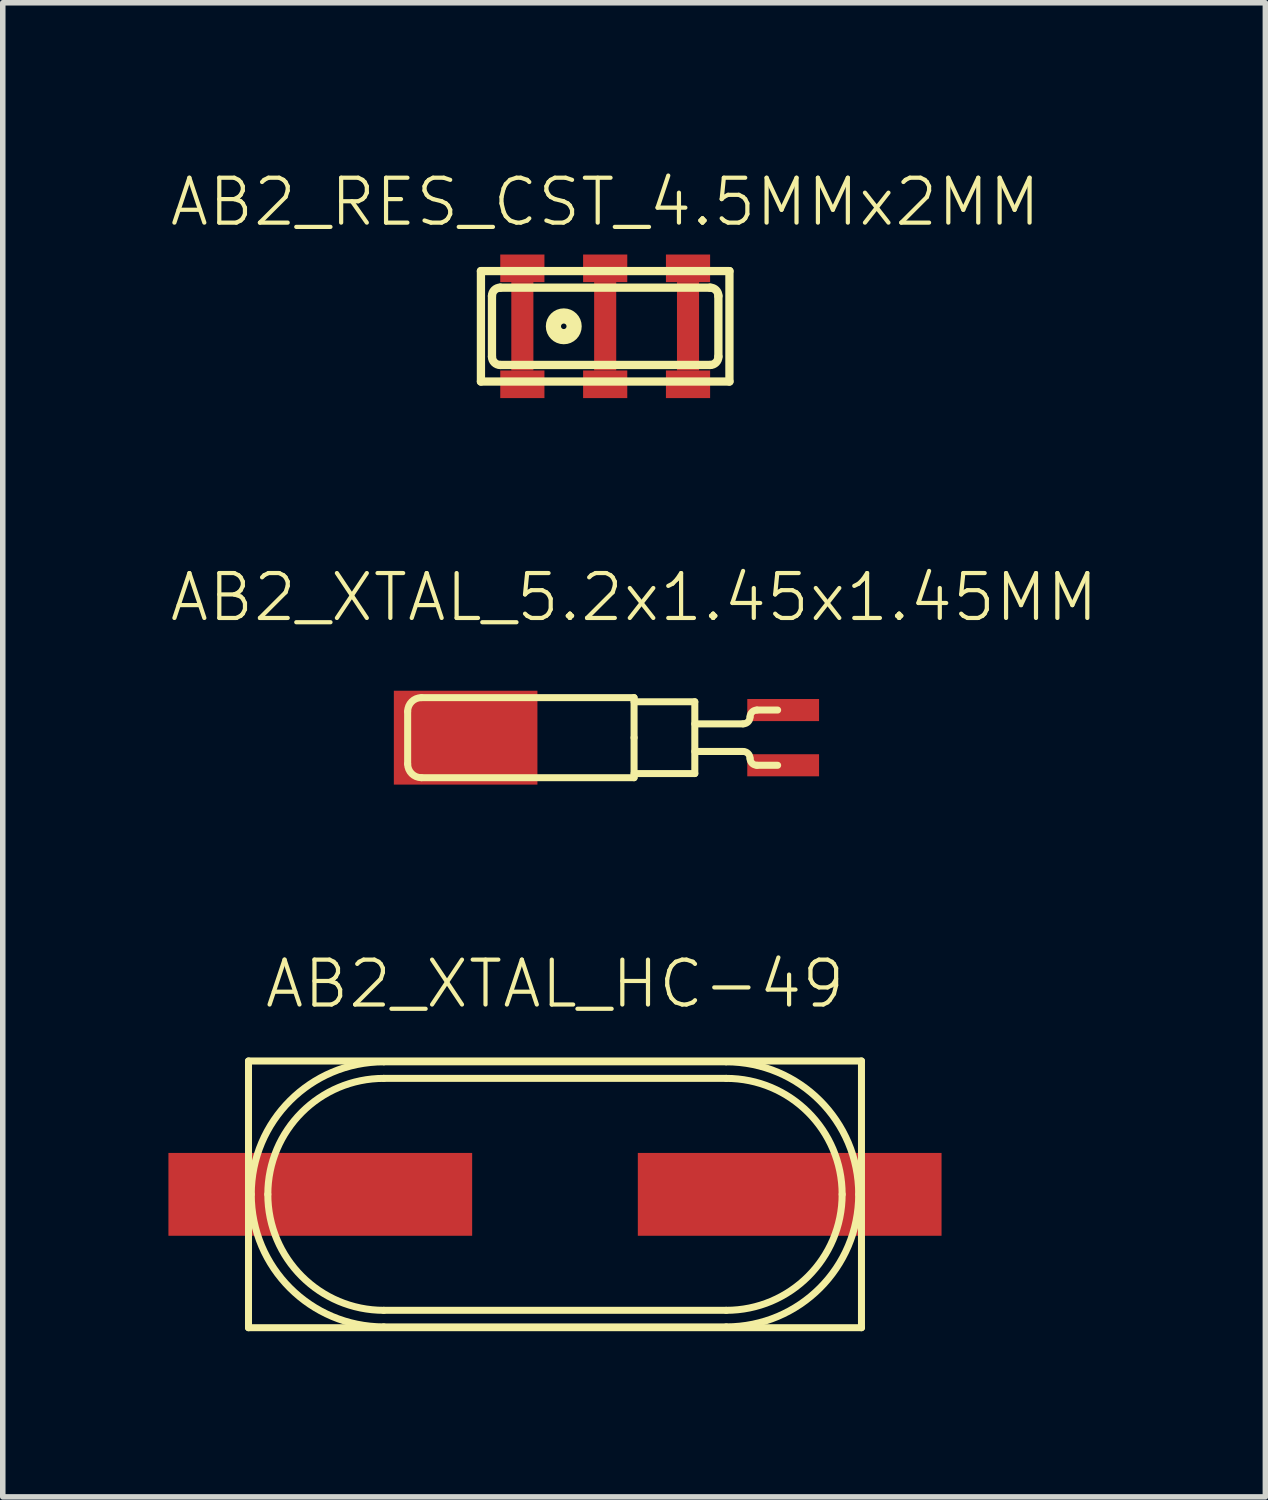
<source format=kicad_pcb>
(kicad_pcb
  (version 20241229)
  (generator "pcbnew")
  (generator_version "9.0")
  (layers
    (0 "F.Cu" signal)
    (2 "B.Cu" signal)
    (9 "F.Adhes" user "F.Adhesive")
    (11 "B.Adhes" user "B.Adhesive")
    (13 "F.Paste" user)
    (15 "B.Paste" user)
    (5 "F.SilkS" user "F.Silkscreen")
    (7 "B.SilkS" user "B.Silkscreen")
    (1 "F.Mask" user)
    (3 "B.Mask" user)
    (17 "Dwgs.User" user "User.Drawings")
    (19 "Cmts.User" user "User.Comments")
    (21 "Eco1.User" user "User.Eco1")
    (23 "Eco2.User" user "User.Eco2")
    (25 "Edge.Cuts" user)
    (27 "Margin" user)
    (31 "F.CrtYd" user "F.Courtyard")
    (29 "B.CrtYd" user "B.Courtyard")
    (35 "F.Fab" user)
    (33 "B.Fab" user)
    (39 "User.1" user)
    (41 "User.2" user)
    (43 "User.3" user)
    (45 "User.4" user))
  (footprint "AB2_RES_CST_4.5MMx2MM"
    (layer "F.Cu")
    (at 7.909 2.859)
    (property "Reference" "AB2_RES_CST_4.5MMx2MM" (at 0 -2.25 0) (layer "F.SilkS") (effects (font (size 0.813 0.813) (thickness 0.076))))
    (attr through_hole)
    (fp_line (start -2.25 -1) (end 2.25 -1) (stroke (width 0.15) (type solid)) (layer "F.SilkS"))
    (fp_line (start -2.25 1) (end -2.25 -1) (stroke (width 0.15) (type solid)) (layer "F.SilkS"))
    (fp_line (start -2.05 -0.55) (end -2.05 0.55) (stroke (width 0.15) (type solid)) (layer "F.SilkS"))
    (fp_line (start -1.9 -0.7) (end 1.9 -0.7) (stroke (width 0.15) (type solid)) (layer "F.SilkS"))
    (fp_line (start 1.9 0.7) (end -1.9 0.7) (stroke (width 0.15) (type solid)) (layer "F.SilkS"))
    (fp_line (start 2.05 -0.55) (end 2.05 0.55) (stroke (width 0.15) (type solid)) (layer "F.SilkS"))
    (fp_line (start 2.25 -1) (end 2.25 1) (stroke (width 0.15) (type solid)) (layer "F.SilkS"))
    (fp_line (start 2.25 1) (end -2.25 1) (stroke (width 0.15) (type solid)) (layer "F.SilkS"))
    (fp_arc (start -2.05 -0.55) (mid -2.006066 -0.656066) (end -1.9 -0.7) (stroke (width 0.15) (type solid)) (layer "F.SilkS"))
    (fp_arc (start -1.9 0.7) (mid -2.006066 0.656066) (end -2.05 0.55) (stroke (width 0.15) (type solid)) (layer "F.SilkS"))
    (fp_arc (start 1.9 -0.7) (mid 2.006066 -0.656066) (end 2.05 -0.55) (stroke (width 0.15) (type solid)) (layer "F.SilkS"))
    (fp_arc (start 2.05 0.55) (mid 2.006066 0.656066) (end 1.9 0.7) (stroke (width 0.15) (type solid)) (layer "F.SilkS"))
    (fp_circle (center -0.75 0) (end -0.75 -0.25) (stroke (width 0.15) (type solid)) (fill no) (layer "F.SilkS"))
    (fp_circle (center -0.75 0) (end -0.75 -0.15) (stroke (width 0.15) (type solid)) (fill no) (layer "F.SilkS"))
    (fp_circle (center -0.75 0) (end -0.75 -0.05) (stroke (width 0.15) (type solid)) (fill no) (layer "F.SilkS"))
    (pad "1" smd rect (at -1.5 -1.05) (size 0.8 0.5) (layers "F.Cu" "F.Mask" "F.Paste"))
    (pad "1" smd rect (at -1.5 0) (size 0.4 1.6) (layers "F.Cu" "F.Mask" "F.Paste"))
    (pad "1" smd rect (at -1.5 1.05) (size 0.8 0.5) (layers "F.Cu" "F.Mask" "F.Paste"))
    (pad "2" smd rect (at 0 -1.05) (size 0.8 0.5) (layers "F.Cu" "F.Mask" "F.Paste"))
    (pad "2" smd rect (at 0 0) (size 0.4 1.6) (layers "F.Cu" "F.Mask" "F.Paste"))
    (pad "2" smd rect (at 0 1.05) (size 0.8 0.5) (layers "F.Cu" "F.Mask" "F.Paste"))
    (pad "3" smd rect (at 1.5 -1.05) (size 0.8 0.5) (layers "F.Cu" "F.Mask" "F.Paste"))
    (pad "3" smd rect (at 1.5 0) (size 0.4 1.6) (layers "F.Cu" "F.Mask" "F.Paste"))
    (pad "3" smd rect (at 1.5 1.05) (size 0.8 0.5) (layers "F.Cu" "F.Mask" "F.Paste")))
  (footprint "AB2_XTAL_5.2x1.45x1.45MM"
    (layer "F.Cu")
    (at 8.432 10.308)
    (property "Reference" "AB2_XTAL_5.2x1.45x1.45MM" (at 0 -2.54 0) (layer "F.SilkS") (effects (font (size 0.813 0.813) (thickness 0.076))))
    (attr through_hole)
    (fp_line (start -4.1 -0.475) (end -4.1 0.475) (stroke (width 0.127) (type solid)) (layer "F.SilkS"))
    (fp_line (start -3.85 -0.725) (end 0 -0.725) (stroke (width 0.127) (type solid)) (layer "F.SilkS"))
    (fp_line (start -3.85 0.725) (end 0 0.725) (stroke (width 0.127) (type solid)) (layer "F.SilkS"))
    (fp_line (start 0 -0.65) (end 1.1 -0.65) (stroke (width 0.127) (type solid)) (layer "F.SilkS"))
    (fp_line (start 0 0) (end 0 -0.725) (stroke (width 0.127) (type solid)) (layer "F.SilkS"))
    (fp_line (start 0 0) (end 0 0.725) (stroke (width 0.127) (type solid)) (layer "F.SilkS"))
    (fp_line (start 1.1 -0.65) (end 1.1 0.65) (stroke (width 0.127) (type solid)) (layer "F.SilkS"))
    (fp_line (start 1.1 0.65) (end 0 0.65) (stroke (width 0.127) (type solid)) (layer "F.SilkS"))
    (fp_line (start 1.975 -0.25) (end 1.1 -0.25) (stroke (width 0.127) (type solid)) (layer "F.SilkS"))
    (fp_line (start 1.975 0.25) (end 1.1 0.25) (stroke (width 0.127) (type solid)) (layer "F.SilkS"))
    (fp_line (start 2.225 -0.5) (end 2.6 -0.5) (stroke (width 0.127) (type solid)) (layer "F.SilkS"))
    (fp_line (start 2.225 0.5) (end 2.6 0.5) (stroke (width 0.127) (type solid)) (layer "F.SilkS"))
    (fp_arc (start -4.1 -0.475) (mid -4.026777 -0.651777) (end -3.85 -0.725) (stroke (width 0.127) (type solid)) (layer "F.SilkS"))
    (fp_arc (start -3.85 0.725) (mid -4.026777 0.651777) (end -4.1 0.475) (stroke (width 0.127) (type solid)) (layer "F.SilkS"))
    (fp_arc (start 1.975 0.25) (mid 2.063388 0.286612) (end 2.1 0.375) (stroke (width 0.127) (type solid)) (layer "F.SilkS"))
    (fp_arc (start 2.1 -0.375) (mid 2.063388 -0.286612) (end 1.975 -0.25) (stroke (width 0.127) (type solid)) (layer "F.SilkS"))
    (fp_arc (start 2.1 -0.375) (mid 2.136612 -0.463388) (end 2.225 -0.5) (stroke (width 0.127) (type solid)) (layer "F.SilkS"))
    (fp_arc (start 2.225 0.5) (mid 2.136612 0.463388) (end 2.1 0.375) (stroke (width 0.127) (type solid)) (layer "F.SilkS"))
    (pad "1" smd rect (at 2.7 0.5) (size 1.3 0.4) (layers "F.Cu" "F.Mask" "F.Paste"))
    (pad "2" smd rect (at 2.7 -0.5) (size 1.3 0.4) (layers "F.Cu" "F.Mask" "F.Paste"))
    (pad "3" smd rect (at -3.05 0) (size 2.6 1.7) (layers "F.Cu" "F.Mask" "F.Paste")))
  (footprint "AB2_XTAL_HC-49"
    (layer "F.Cu")
    (at 7 18.578)
    (property "Reference" "AB2_XTAL_HC-49" (at 0 -3.81 0) (layer "F.SilkS") (effects (font (size 0.813 0.813) (thickness 0.076))))
    (attr through_hole)
    (fp_line (start -5.55 -2.415) (end 5.55 -2.415) (stroke (width 0.127) (type solid)) (layer "F.SilkS"))
    (fp_line (start -5.55 2.415) (end -5.55 -2.415) (stroke (width 0.127) (type solid)) (layer "F.SilkS"))
    (fp_line (start -3.1 -2.4) (end 3.1 -2.4) (stroke (width 0.127) (type solid)) (layer "F.SilkS"))
    (fp_line (start -3.1 -2.1) (end 3.1 -2.1) (stroke (width 0.127) (type solid)) (layer "F.SilkS"))
    (fp_line (start -3.1 2.1) (end 3.1 2.1) (stroke (width 0.127) (type solid)) (layer "F.SilkS"))
    (fp_line (start -3.1 2.4) (end 3.1 2.4) (stroke (width 0.127) (type solid)) (layer "F.SilkS"))
    (fp_line (start 5.55 -2.415) (end 5.55 2.415) (stroke (width 0.127) (type solid)) (layer "F.SilkS"))
    (fp_line (start 5.55 2.415) (end -5.55 2.415) (stroke (width 0.127) (type solid)) (layer "F.SilkS"))
    (fp_arc (start -5.5 0) (mid -4.797056 -1.697056) (end -3.1 -2.4) (stroke (width 0.127) (type solid)) (layer "F.SilkS"))
    (fp_arc (start -5.2 0) (mid -4.584924 -1.484924) (end -3.1 -2.1) (stroke (width 0.127) (type solid)) (layer "F.SilkS"))
    (fp_arc (start -3.1 2.1) (mid -4.584924 1.484924) (end -5.2 0) (stroke (width 0.127) (type solid)) (layer "F.SilkS"))
    (fp_arc (start -3.1 2.4) (mid -4.797056 1.697056) (end -5.5 0) (stroke (width 0.127) (type solid)) (layer "F.SilkS"))
    (fp_arc (start 3.1 -2.4) (mid 4.797056 -1.697056) (end 5.5 0) (stroke (width 0.127) (type solid)) (layer "F.SilkS"))
    (fp_arc (start 3.1 -2.1) (mid 4.584924 -1.484924) (end 5.2 0) (stroke (width 0.127) (type solid)) (layer "F.SilkS"))
    (fp_arc (start 5.2 0) (mid 4.584924 1.484924) (end 3.1 2.1) (stroke (width 0.127) (type solid)) (layer "F.SilkS"))
    (fp_arc (start 5.5 0) (mid 4.797056 1.697056) (end 3.1 2.4) (stroke (width 0.127) (type solid)) (layer "F.SilkS"))
    (pad "1" smd rect (at -4.25 0) (size 5.5 1.5) (layers "F.Cu" "F.Mask" "F.Paste"))
    (pad "2" smd rect (at 4.25 0) (size 5.5 1.5) (layers "F.Cu" "F.Mask" "F.Paste")))
  (gr_rect
    (start -3 -3)
    (end 19.864 24.056)
    (stroke (width 0.1) (type default))
    (fill no)
    (layer "Edge.Cuts")))
</source>
